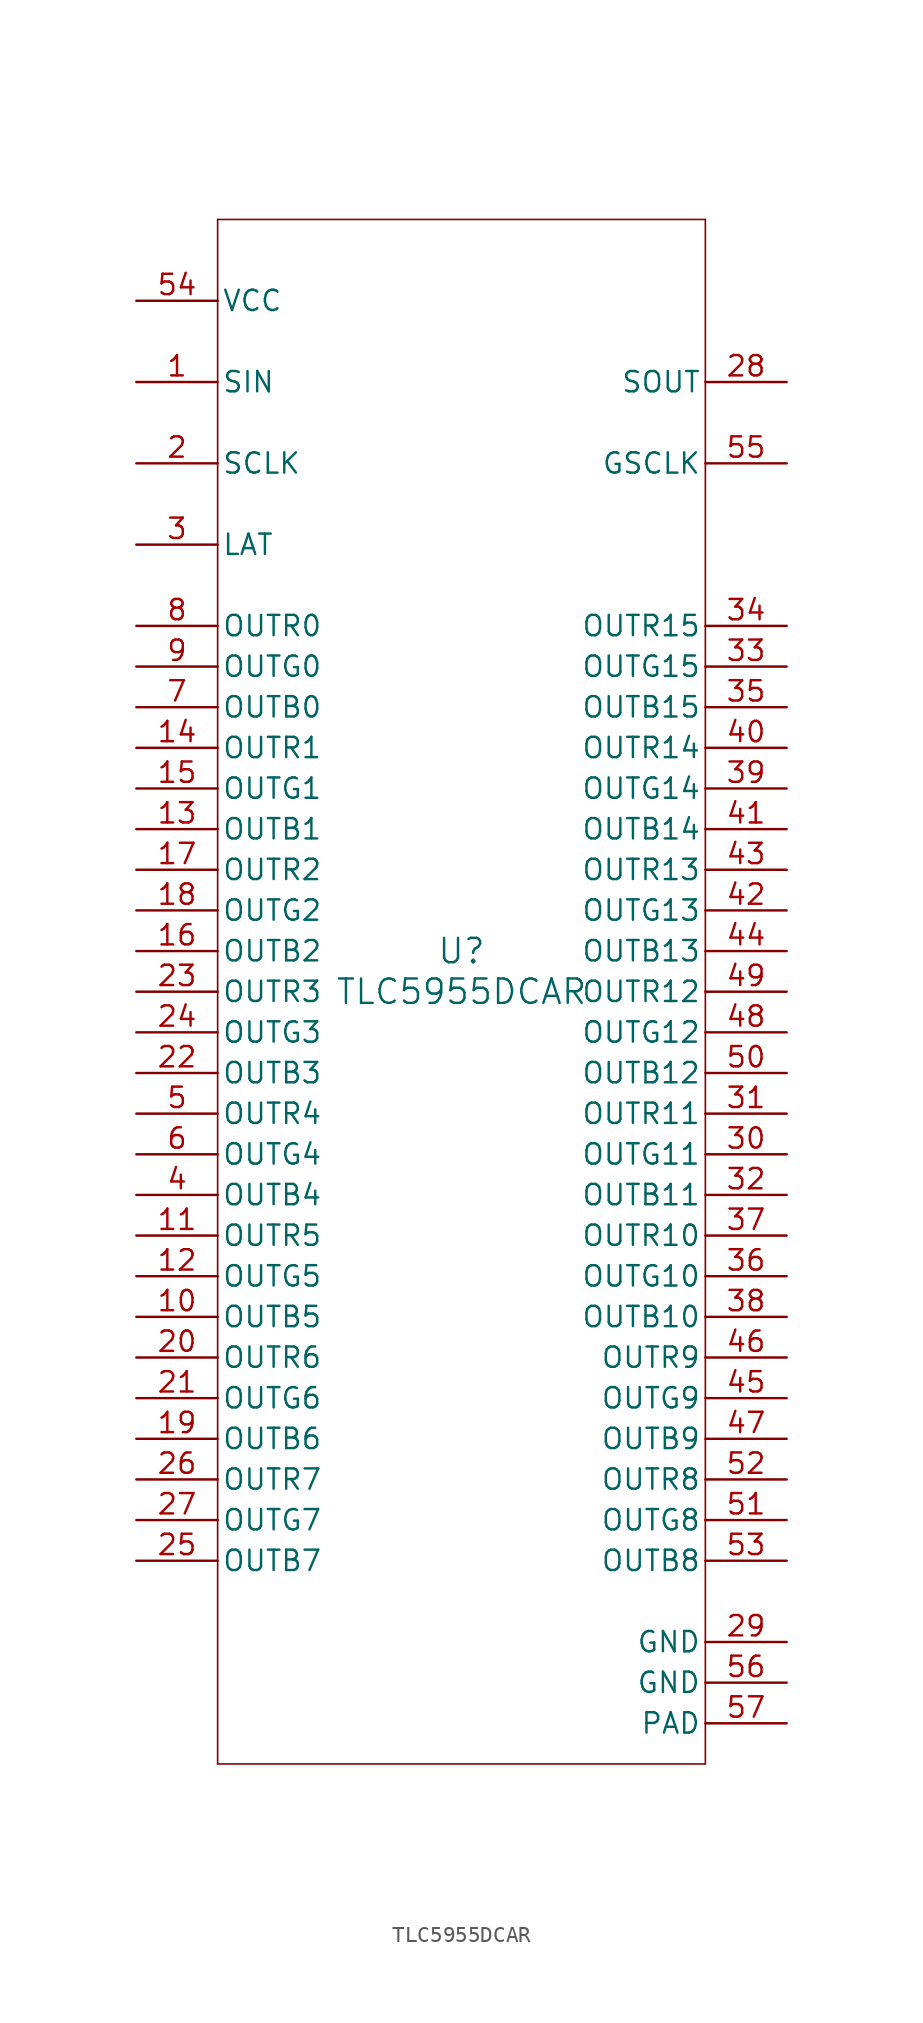
<source format=kicad_sym>
(kicad_symbol_lib
  (version 20211014)
  (generator kicad_symbol_editor)
  (symbol "TLC5955DCAR"
    (pin_names
      (offset 0.254))
    (property "Reference" "U"
      (at 0 2.54 0)
      (effects (font (size 1.524 1.524))))
    (property "Value" "TLC5955DCAR"
      (at 0 0 0)
      (effects (font (size 1.524 1.524))))
    (symbol "TLC5955DCAR_0_1"
      (polyline (pts (xy -15.24 -48.26) (xy 15.24 -48.26)) (stroke (width 0.102) (type default) (color 0 0 0 0)) (fill (type none)))
      (polyline (pts (xy 15.24 -48.26) (xy 15.24 48.26)) (stroke (width 0.102) (type default) (color 0 0 0 0)) (fill (type none)))
      (polyline (pts (xy 15.24 48.26) (xy -15.24 48.26)) (stroke (width 0.102) (type default) (color 0 0 0 0)) (fill (type none)))
      (polyline (pts (xy -15.24 48.26) (xy -15.24 -48.26)) (stroke (width 0.102) (type default) (color 0 0 0 0)) (fill (type none)))
      (pin input line (at -20.32 38.1 0) (length 5.08) (name "SIN" (effects (font (size 1.27 1.27)))) (number "1" (effects (font (size 1.27 1.27)))))
      (pin input line (at -20.32 33.02 0) (length 5.08) (name "SCLK" (effects (font (size 1.27 1.27)))) (number "2" (effects (font (size 1.27 1.27)))))
      (pin input line (at -20.32 27.94 0) (length 5.08) (name "LAT" (effects (font (size 1.27 1.27)))) (number "3" (effects (font (size 1.27 1.27)))))
      (pin output line (at -20.32 -12.7 0) (length 5.08) (name "OUTB4" (effects (font (size 1.27 1.27)))) (number "4" (effects (font (size 1.27 1.27)))))
      (pin output line (at -20.32 -7.62 0) (length 5.08) (name "OUTR4" (effects (font (size 1.27 1.27)))) (number "5" (effects (font (size 1.27 1.27)))))
      (pin output line (at -20.32 -10.16 0) (length 5.08) (name "OUTG4" (effects (font (size 1.27 1.27)))) (number "6" (effects (font (size 1.27 1.27)))))
      (pin output line (at -20.32 17.78 0) (length 5.08) (name "OUTB0" (effects (font (size 1.27 1.27)))) (number "7" (effects (font (size 1.27 1.27)))))
      (pin output line (at -20.32 22.86 0) (length 5.08) (name "OUTR0" (effects (font (size 1.27 1.27)))) (number "8" (effects (font (size 1.27 1.27)))))
      (pin output line (at -20.32 20.32 0) (length 5.08) (name "OUTG0" (effects (font (size 1.27 1.27)))) (number "9" (effects (font (size 1.27 1.27)))))
      (pin output line (at -20.32 -20.32 0) (length 5.08) (name "OUTB5" (effects (font (size 1.27 1.27)))) (number "10" (effects (font (size 1.27 1.27)))))
      (pin output line (at -20.32 -15.24 0) (length 5.08) (name "OUTR5" (effects (font (size 1.27 1.27)))) (number "11" (effects (font (size 1.27 1.27)))))
      (pin output line (at -20.32 -17.78 0) (length 5.08) (name "OUTG5" (effects (font (size 1.27 1.27)))) (number "12" (effects (font (size 1.27 1.27)))))
      (pin output line (at -20.32 10.16 0) (length 5.08) (name "OUTB1" (effects (font (size 1.27 1.27)))) (number "13" (effects (font (size 1.27 1.27)))))
      (pin output line (at -20.32 15.24 0) (length 5.08) (name "OUTR1" (effects (font (size 1.27 1.27)))) (number "14" (effects (font (size 1.27 1.27)))))
      (pin output line (at -20.32 12.7 0) (length 5.08) (name "OUTG1" (effects (font (size 1.27 1.27)))) (number "15" (effects (font (size 1.27 1.27)))))
      (pin output line (at -20.32 2.54 0) (length 5.08) (name "OUTB2" (effects (font (size 1.27 1.27)))) (number "16" (effects (font (size 1.27 1.27)))))
      (pin output line (at -20.32 7.62 0) (length 5.08) (name "OUTR2" (effects (font (size 1.27 1.27)))) (number "17" (effects (font (size 1.27 1.27)))))
      (pin output line (at -20.32 5.08 0) (length 5.08) (name "OUTG2" (effects (font (size 1.27 1.27)))) (number "18" (effects (font (size 1.27 1.27)))))
      (pin output line (at -20.32 -27.94 0) (length 5.08) (name "OUTB6" (effects (font (size 1.27 1.27)))) (number "19" (effects (font (size 1.27 1.27)))))
      (pin output line (at -20.32 -22.86 0) (length 5.08) (name "OUTR6" (effects (font (size 1.27 1.27)))) (number "20" (effects (font (size 1.27 1.27)))))
      (pin output line (at -20.32 -25.4 0) (length 5.08) (name "OUTG6" (effects (font (size 1.27 1.27)))) (number "21" (effects (font (size 1.27 1.27)))))
      (pin output line (at -20.32 -5.08 0) (length 5.08) (name "OUTB3" (effects (font (size 1.27 1.27)))) (number "22" (effects (font (size 1.27 1.27)))))
      (pin output line (at -20.32 0 0) (length 5.08) (name "OUTR3" (effects (font (size 1.27 1.27)))) (number "23" (effects (font (size 1.27 1.27)))))
      (pin output line (at -20.32 -2.54 0) (length 5.08) (name "OUTG3" (effects (font (size 1.27 1.27)))) (number "24" (effects (font (size 1.27 1.27)))))
      (pin output line (at -20.32 -35.56 0) (length 5.08) (name "OUTB7" (effects (font (size 1.27 1.27)))) (number "25" (effects (font (size 1.27 1.27)))))
      (pin output line (at -20.32 -30.48 0) (length 5.08) (name "OUTR7" (effects (font (size 1.27 1.27)))) (number "26" (effects (font (size 1.27 1.27)))))
      (pin output line (at -20.32 -33.02 0) (length 5.08) (name "OUTG7" (effects (font (size 1.27 1.27)))) (number "27" (effects (font (size 1.27 1.27)))))
      (pin output line (at 20.32 38.1 180) (length 5.08) (name "SOUT" (effects (font (size 1.27 1.27)))) (number "28" (effects (font (size 1.27 1.27)))))
      (pin power_in line (at 20.32 -40.64 180) (length 5.08) (name "GND" (effects (font (size 1.27 1.27)))) (number "29" (effects (font (size 1.27 1.27)))))
      (pin output line (at 20.32 -10.16 180) (length 5.08) (name "OUTG11" (effects (font (size 1.27 1.27)))) (number "30" (effects (font (size 1.27 1.27)))))
      (pin output line (at 20.32 -7.62 180) (length 5.08) (name "OUTR11" (effects (font (size 1.27 1.27)))) (number "31" (effects (font (size 1.27 1.27)))))
      (pin output line (at 20.32 -12.7 180) (length 5.08) (name "OUTB11" (effects (font (size 1.27 1.27)))) (number "32" (effects (font (size 1.27 1.27)))))
      (pin output line (at 20.32 20.32 180) (length 5.08) (name "OUTG15" (effects (font (size 1.27 1.27)))) (number "33" (effects (font (size 1.27 1.27)))))
      (pin output line (at 20.32 22.86 180) (length 5.08) (name "OUTR15" (effects (font (size 1.27 1.27)))) (number "34" (effects (font (size 1.27 1.27)))))
      (pin output line (at 20.32 17.78 180) (length 5.08) (name "OUTB15" (effects (font (size 1.27 1.27)))) (number "35" (effects (font (size 1.27 1.27)))))
      (pin output line (at 20.32 -17.78 180) (length 5.08) (name "OUTG10" (effects (font (size 1.27 1.27)))) (number "36" (effects (font (size 1.27 1.27)))))
      (pin output line (at 20.32 -15.24 180) (length 5.08) (name "OUTR10" (effects (font (size 1.27 1.27)))) (number "37" (effects (font (size 1.27 1.27)))))
      (pin output line (at 20.32 -20.32 180) (length 5.08) (name "OUTB10" (effects (font (size 1.27 1.27)))) (number "38" (effects (font (size 1.27 1.27)))))
      (pin output line (at 20.32 12.7 180) (length 5.08) (name "OUTG14" (effects (font (size 1.27 1.27)))) (number "39" (effects (font (size 1.27 1.27)))))
      (pin output line (at 20.32 15.24 180) (length 5.08) (name "OUTR14" (effects (font (size 1.27 1.27)))) (number "40" (effects (font (size 1.27 1.27)))))
      (pin output line (at 20.32 10.16 180) (length 5.08) (name "OUTB14" (effects (font (size 1.27 1.27)))) (number "41" (effects (font (size 1.27 1.27)))))
      (pin output line (at 20.32 5.08 180) (length 5.08) (name "OUTG13" (effects (font (size 1.27 1.27)))) (number "42" (effects (font (size 1.27 1.27)))))
      (pin output line (at 20.32 7.62 180) (length 5.08) (name "OUTR13" (effects (font (size 1.27 1.27)))) (number "43" (effects (font (size 1.27 1.27)))))
      (pin output line (at 20.32 2.54 180) (length 5.08) (name "OUTB13" (effects (font (size 1.27 1.27)))) (number "44" (effects (font (size 1.27 1.27)))))
      (pin output line (at 20.32 -25.4 180) (length 5.08) (name "OUTG9" (effects (font (size 1.27 1.27)))) (number "45" (effects (font (size 1.27 1.27)))))
      (pin output line (at 20.32 -22.86 180) (length 5.08) (name "OUTR9" (effects (font (size 1.27 1.27)))) (number "46" (effects (font (size 1.27 1.27)))))
      (pin output line (at 20.32 -27.94 180) (length 5.08) (name "OUTB9" (effects (font (size 1.27 1.27)))) (number "47" (effects (font (size 1.27 1.27)))))
      (pin output line (at 20.32 -2.54 180) (length 5.08) (name "OUTG12" (effects (font (size 1.27 1.27)))) (number "48" (effects (font (size 1.27 1.27)))))
      (pin output line (at 20.32 0 180) (length 5.08) (name "OUTR12" (effects (font (size 1.27 1.27)))) (number "49" (effects (font (size 1.27 1.27)))))
      (pin output line (at 20.32 -5.08 180) (length 5.08) (name "OUTB12" (effects (font (size 1.27 1.27)))) (number "50" (effects (font (size 1.27 1.27)))))
      (pin output line (at 20.32 -33.02 180) (length 5.08) (name "OUTG8" (effects (font (size 1.27 1.27)))) (number "51" (effects (font (size 1.27 1.27)))))
      (pin output line (at 20.32 -30.48 180) (length 5.08) (name "OUTR8" (effects (font (size 1.27 1.27)))) (number "52" (effects (font (size 1.27 1.27)))))
      (pin output line (at 20.32 -35.56 180) (length 5.08) (name "OUTB8" (effects (font (size 1.27 1.27)))) (number "53" (effects (font (size 1.27 1.27)))))
      (pin power_in line (at -20.32 43.18 0) (length 5.08) (name "VCC" (effects (font (size 1.27 1.27)))) (number "54" (effects (font (size 1.27 1.27)))))
      (pin input line (at 20.32 33.02 180) (length 5.08) (name "GSCLK" (effects (font (size 1.27 1.27)))) (number "55" (effects (font (size 1.27 1.27)))))
      (pin power_in line (at 20.32 -43.18 180) (length 5.08) (name "GND" (effects (font (size 1.27 1.27)))) (number "56" (effects (font (size 1.27 1.27)))))
      (pin power_in line (at 20.32 -45.72 180) (length 5.08) (name "PAD" (effects (font (size 1.27 1.27)))) (number "57" (effects (font (size 1.27 1.27))))))))
</source>
